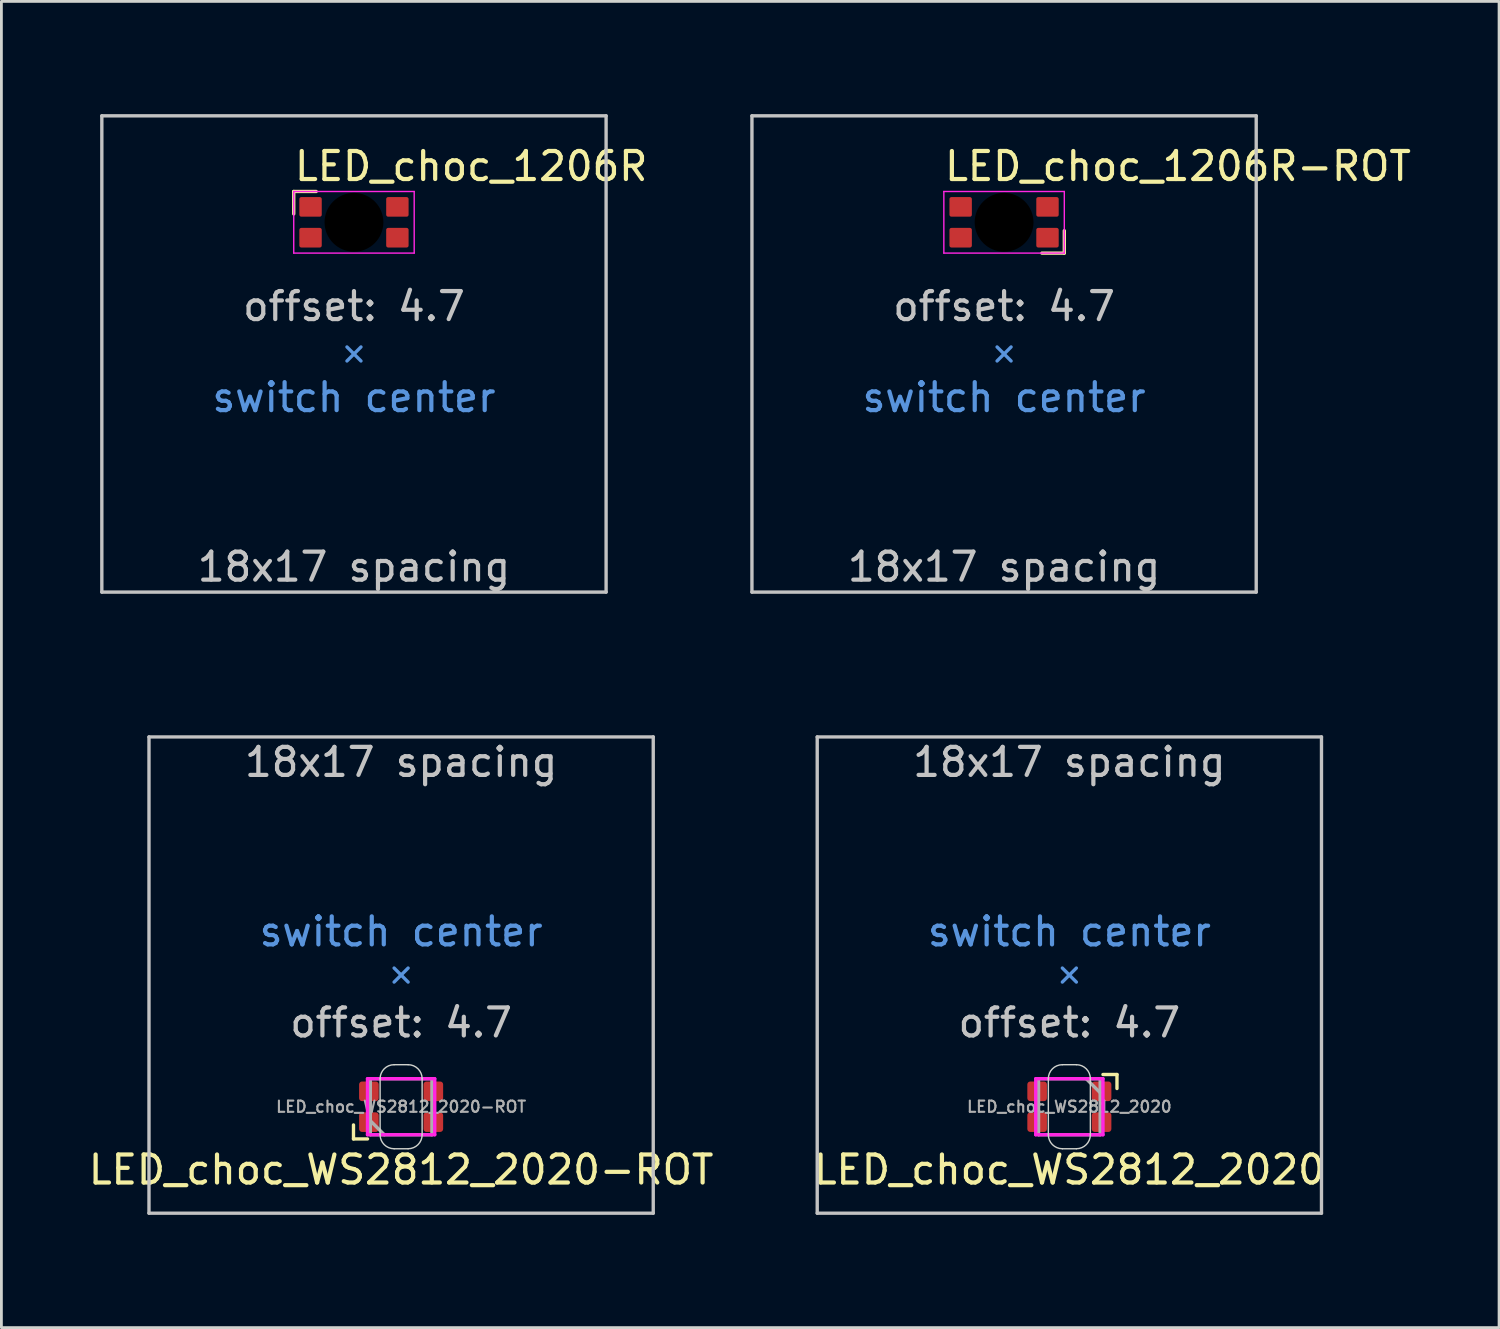
<source format=kicad_pcb>
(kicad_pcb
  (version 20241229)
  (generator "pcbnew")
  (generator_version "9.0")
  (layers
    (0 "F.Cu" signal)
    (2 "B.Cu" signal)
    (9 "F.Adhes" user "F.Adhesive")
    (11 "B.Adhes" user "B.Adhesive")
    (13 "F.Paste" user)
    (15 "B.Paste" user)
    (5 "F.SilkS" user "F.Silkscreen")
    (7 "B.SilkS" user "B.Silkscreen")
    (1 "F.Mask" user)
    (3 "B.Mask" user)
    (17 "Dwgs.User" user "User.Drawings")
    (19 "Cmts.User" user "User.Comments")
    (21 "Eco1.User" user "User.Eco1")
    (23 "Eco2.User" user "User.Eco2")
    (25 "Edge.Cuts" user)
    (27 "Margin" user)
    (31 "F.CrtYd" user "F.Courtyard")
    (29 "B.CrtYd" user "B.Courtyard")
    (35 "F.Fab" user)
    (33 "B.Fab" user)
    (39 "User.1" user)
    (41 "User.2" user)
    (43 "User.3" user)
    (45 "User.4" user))
  (footprint "LED_choc_1206R"
    (layer "F.Cu")
    (at 9.585 4.885)
    (property "Reference" "LED_choc_1206R" (at -2.2 -2 180) (layer "F.SilkS") (effects (font (size 1 1) (thickness 0.15)) (justify left)))
    (attr smd)
    (fp_line (start -2.15 -1.1) (end -2.15 -0.3) (stroke (width 0.12) (type solid)) (layer "F.SilkS"))
    (fp_line (start -1.35 -1.1) (end -2.15 -1.1) (stroke (width 0.12) (type solid)) (layer "F.SilkS"))
    (fp_line (start -9 -3.8) (end -9 13.2) (stroke (width 0.12) (type solid)) (layer "Dwgs.User"))
    (fp_line (start -9 13.2) (end 9 13.2) (stroke (width 0.12) (type solid)) (layer "Dwgs.User"))
    (fp_line (start 9 -3.8) (end -9 -3.8) (stroke (width 0.12) (type solid)) (layer "Dwgs.User"))
    (fp_line (start 9 13.2) (end 9 -3.8) (stroke (width 0.12) (type solid)) (layer "Dwgs.User"))
    (fp_line (start -0.25 4.45) (end 0 4.7) (stroke (width 0.12) (type solid)) (layer "Cmts.User"))
    (fp_line (start 0 4.7) (end -0.25 4.95) (stroke (width 0.12) (type solid)) (layer "Cmts.User"))
    (fp_line (start 0 4.7) (end 0.25 4.95) (stroke (width 0.12) (type solid)) (layer "Cmts.User"))
    (fp_line (start 0.25 4.45) (end 0 4.7) (stroke (width 0.12) (type solid)) (layer "Cmts.User"))
    (fp_line (start -9.525 -4.825) (end 9.525 -4.825) (stroke (width 0.12) (type solid)) (layer "Eco1.User"))
    (fp_line (start -9.525 14.225) (end -9.525 -4.825) (stroke (width 0.12) (type solid)) (layer "Eco1.User"))
    (fp_line (start 9.525 -4.825) (end 9.525 14.225) (stroke (width 0.12) (type solid)) (layer "Eco1.User"))
    (fp_line (start 9.525 14.225) (end -9.525 14.225) (stroke (width 0.12) (type solid)) (layer "Eco1.User"))
    (fp_line (start -2.15 -1.1) (end 2.15 -1.1) (stroke (width 0.05) (type solid)) (layer "F.CrtYd"))
    (fp_line (start -2.15 1.1) (end -2.15 -1.1) (stroke (width 0.05) (type solid)) (layer "F.CrtYd"))
    (fp_line (start 2.15 -1.1) (end 2.15 1.1) (stroke (width 0.05) (type solid)) (layer "F.CrtYd"))
    (fp_line (start 2.15 1.1) (end -2.15 1.1) (stroke (width 0.05) (type solid)) (layer "F.CrtYd"))
    (fp_text user "18x17 spacing" (at 0 12.3 180) (layer "Dwgs.User") (effects (font (size 1 1) (thickness 0.15))))
    (fp_text user "offset: 4.7" (at 0 3 180) (layer "Dwgs.User") (effects (font (size 1 1) (thickness 0.15))))
    (fp_text user "switch center" (at 0 6.25 180) (layer "Cmts.User") (effects (font (size 1 1) (thickness 0.15))))
    (fp_text user "19.05 spacing" (at 0 13.4 180) (layer "Eco1.User") (effects (font (size 1 1) (thickness 0.15))))
    (pad "" np_thru_hole circle (at 0 0 270) (size 2.1 2.1) (drill 2.1) (layers "*.Mask"))
    (pad "1" smd roundrect (at -1.55 -0.55 270) (size 0.7 0.8) (layers "F.Cu" "F.Mask" "F.Paste") (roundrect_rratio 0.1))
    (pad "2" smd roundrect (at -1.55 0.55 270) (size 0.7 0.8) (layers "F.Cu" "F.Mask" "F.Paste") (roundrect_rratio 0.1))
    (pad "3" smd roundrect (at 1.55 0.55 270) (size 0.7 0.8) (layers "F.Cu" "F.Mask" "F.Paste") (roundrect_rratio 0.1))
    (pad "4" smd roundrect (at 1.55 -0.55 270) (size 0.7 0.8) (layers "F.Cu" "F.Mask" "F.Paste") (roundrect_rratio 0.1)))
  (footprint "LED_choc_WS2812_2020"
    (layer "F.Cu")
    (at 35.121 36.455)
    (property "Reference" "LED_choc_WS2812_2020" (at 0 2.25 0) (layer "F.SilkS") (effects (font (size 1 1) (thickness 0.15))))
    (attr smd exclude_from_pos_files exclude_from_bom)
    (fp_line (start 1.7 -1.15) (end 1.2 -1.15) (stroke (width 0.12) (type solid)) (layer "F.SilkS"))
    (fp_line (start 1.7 -0.65) (end 1.7 -1.15) (stroke (width 0.12) (type solid)) (layer "F.SilkS"))
    (fp_line (start -9 -13.2) (end 9 -13.2) (stroke (width 0.12) (type solid)) (layer "Dwgs.User"))
    (fp_line (start -9 3.8) (end -9 -13.2) (stroke (width 0.12) (type solid)) (layer "Dwgs.User"))
    (fp_line (start 9 -13.2) (end 9 3.8) (stroke (width 0.12) (type solid)) (layer "Dwgs.User"))
    (fp_line (start 9 3.8) (end -9 3.8) (stroke (width 0.12) (type solid)) (layer "Dwgs.User"))
    (fp_line (start -0.25 -4.45) (end 0 -4.7) (stroke (width 0.12) (type solid)) (layer "Cmts.User"))
    (fp_line (start 0 -4.7) (end -0.25 -4.95) (stroke (width 0.12) (type solid)) (layer "Cmts.User"))
    (fp_line (start 0 -4.7) (end 0.25 -4.95) (stroke (width 0.12) (type solid)) (layer "Cmts.User"))
    (fp_line (start 0.25 -4.45) (end 0 -4.7) (stroke (width 0.12) (type solid)) (layer "Cmts.User"))
    (fp_line (start -9.525 -14.225) (end -9.525 4.825) (stroke (width 0.12) (type solid)) (layer "Eco1.User"))
    (fp_line (start -9.525 4.825) (end 9.525 4.825) (stroke (width 0.12) (type solid)) (layer "Eco1.User"))
    (fp_line (start 9.525 -14.225) (end -9.525 -14.225) (stroke (width 0.12) (type solid)) (layer "Eco1.User"))
    (fp_line (start 9.525 4.825) (end 9.525 -14.225) (stroke (width 0.12) (type solid)) (layer "Eco1.User"))
    (fp_line (start -0.75 1) (end -0.75 -1) (stroke (width 0.05) (type solid)) (layer "Edge.Cuts"))
    (fp_line (start -0.25 1.5) (end 0.25 1.5) (stroke (width 0.05) (type solid)) (layer "Edge.Cuts"))
    (fp_line (start 0.25 -1.5) (end -0.25 -1.5) (stroke (width 0.05) (type solid)) (layer "Edge.Cuts"))
    (fp_line (start 0.75 -1) (end 0.75 1) (stroke (width 0.05) (type solid)) (layer "Edge.Cuts"))
    (fp_arc (start -0.75 -1) (mid -0.603554 -1.353553) (end -0.250001 -1.500001) (stroke (width 0.05) (type solid)) (layer "Edge.Cuts"))
    (fp_arc (start -0.250001 1.499999) (mid -0.603553 1.353552) (end -0.75 1) (stroke (width 0.05) (type solid)) (layer "Edge.Cuts"))
    (fp_arc (start 0.250001 -1.499999) (mid 0.603554 -1.353553) (end 0.75 -1) (stroke (width 0.05) (type solid)) (layer "Edge.Cuts"))
    (fp_arc (start 0.75 1) (mid 0.603554 1.353554) (end 0.250001 1.500001) (stroke (width 0.05) (type solid)) (layer "Edge.Cuts"))
    (fp_line (start -1.2 -1) (end -1.2 1) (stroke (width 0.12) (type solid)) (layer "F.CrtYd"))
    (fp_line (start -1.2 1) (end 1.2 1) (stroke (width 0.12) (type solid)) (layer "F.CrtYd"))
    (fp_line (start 1.2 -1) (end -1.2 -1) (stroke (width 0.12) (type solid)) (layer "F.CrtYd"))
    (fp_line (start 1.2 1) (end 1.2 -1) (stroke (width 0.12) (type solid)) (layer "F.CrtYd"))
    (fp_line (start -1.1 -1) (end -1.1 1) (stroke (width 0.12) (type solid)) (layer "F.Fab"))
    (fp_line (start -1.1 1) (end 1.1 1) (stroke (width 0.12) (type solid)) (layer "F.Fab"))
    (fp_line (start 1.1 -1) (end -1.1 -1) (stroke (width 0.12) (type solid)) (layer "F.Fab"))
    (fp_line (start 1.1 -0.5) (end 0.6 -1) (stroke (width 0.12) (type default)) (layer "F.Fab"))
    (fp_line (start 1.1 1) (end 1.1 -1) (stroke (width 0.12) (type solid)) (layer "F.Fab"))
    (fp_text user "offset: 4.7" (at 0 -3 0) (layer "Dwgs.User") (effects (font (size 1 1) (thickness 0.15))))
    (fp_text user "18x17 spacing" (at 0 -12.3 0) (layer "Dwgs.User") (effects (font (size 1 1) (thickness 0.15))))
    (fp_text user "switch center" (at 0 -6.25 0) (layer "Cmts.User") (effects (font (size 1 1) (thickness 0.15))))
    (fp_text user "19.05 spacing" (at 0 -13.4 0) (layer "Eco1.User") (effects (font (size 1 1) (thickness 0.15))))
    (fp_text user "${REFERENCE}" (at 0 0 0) (layer "F.Fab") (effects (font (size 0.4 0.4) (thickness 0.075) (bold yes))))
    (pad "1" smd roundrect (at 1.15 -0.55) (size 0.7 0.7) (layers "F.Cu" "F.Mask" "F.Paste") (roundrect_rratio 0.15))
    (pad "2" smd roundrect (at 1.15 0.55) (size 0.7 0.7) (layers "F.Cu" "F.Mask" "F.Paste") (roundrect_rratio 0.15))
    (pad "3" smd roundrect (at -1.15 0.55) (size 0.7 0.7) (layers "F.Cu" "F.Mask" "F.Paste") (roundrect_rratio 0.15))
    (pad "4" smd roundrect (at -1.15 -0.55) (size 0.7 0.7) (layers "F.Cu" "F.Mask" "F.Paste") (roundrect_rratio 0.15)))
  (footprint "LED_choc_1206R-ROT"
    (layer "F.Cu")
    (at 32.791 4.885)
    (property "Reference" "LED_choc_1206R-ROT" (at -2.2 -2 180) (layer "F.SilkS") (effects (font (size 1 1) (thickness 0.15)) (justify left)))
    (attr smd)
    (fp_line (start 1.35 1.1) (end 2.15 1.1) (stroke (width 0.12) (type solid)) (layer "F.SilkS"))
    (fp_line (start 2.15 1.1) (end 2.15 0.3) (stroke (width 0.12) (type solid)) (layer "F.SilkS"))
    (fp_line (start -9 -3.8) (end -9 13.2) (stroke (width 0.12) (type solid)) (layer "Dwgs.User"))
    (fp_line (start -9 13.2) (end 9 13.2) (stroke (width 0.12) (type solid)) (layer "Dwgs.User"))
    (fp_line (start 9 -3.8) (end -9 -3.8) (stroke (width 0.12) (type solid)) (layer "Dwgs.User"))
    (fp_line (start 9 13.2) (end 9 -3.8) (stroke (width 0.12) (type solid)) (layer "Dwgs.User"))
    (fp_line (start -0.25 4.45) (end 0 4.7) (stroke (width 0.12) (type solid)) (layer "Cmts.User"))
    (fp_line (start 0 4.7) (end -0.25 4.95) (stroke (width 0.12) (type solid)) (layer "Cmts.User"))
    (fp_line (start 0 4.7) (end 0.25 4.95) (stroke (width 0.12) (type solid)) (layer "Cmts.User"))
    (fp_line (start 0.25 4.45) (end 0 4.7) (stroke (width 0.12) (type solid)) (layer "Cmts.User"))
    (fp_line (start -9.525 -4.825) (end 9.525 -4.825) (stroke (width 0.12) (type solid)) (layer "Eco1.User"))
    (fp_line (start -9.525 14.225) (end -9.525 -4.825) (stroke (width 0.12) (type solid)) (layer "Eco1.User"))
    (fp_line (start 9.525 -4.825) (end 9.525 14.225) (stroke (width 0.12) (type solid)) (layer "Eco1.User"))
    (fp_line (start 9.525 14.225) (end -9.525 14.225) (stroke (width 0.12) (type solid)) (layer "Eco1.User"))
    (fp_line (start -2.15 -1.1) (end 2.15 -1.1) (stroke (width 0.05) (type solid)) (layer "F.CrtYd"))
    (fp_line (start -2.15 1.1) (end -2.15 -1.1) (stroke (width 0.05) (type solid)) (layer "F.CrtYd"))
    (fp_line (start 2.15 -1.1) (end 2.15 1.1) (stroke (width 0.05) (type solid)) (layer "F.CrtYd"))
    (fp_line (start 2.15 1.1) (end -2.15 1.1) (stroke (width 0.05) (type solid)) (layer "F.CrtYd"))
    (fp_text user "18x17 spacing" (at 0 12.3 180) (layer "Dwgs.User") (effects (font (size 1 1) (thickness 0.15))))
    (fp_text user "offset: 4.7" (at 0 3 180) (layer "Dwgs.User") (effects (font (size 1 1) (thickness 0.15))))
    (fp_text user "switch center" (at 0 6.25 180) (layer "Cmts.User") (effects (font (size 1 1) (thickness 0.15))))
    (fp_text user "19.05 spacing" (at 0 13.4 180) (layer "Eco1.User") (effects (font (size 1 1) (thickness 0.15))))
    (pad "" np_thru_hole circle (at 0 0 90) (size 2.1 2.1) (drill 2.1) (layers "*.Mask"))
    (pad "1" smd roundrect (at 1.55 0.55 90) (size 0.7 0.8) (layers "F.Cu" "F.Mask" "F.Paste") (roundrect_rratio 0.1))
    (pad "2" smd roundrect (at 1.55 -0.55 90) (size 0.7 0.8) (layers "F.Cu" "F.Mask" "F.Paste") (roundrect_rratio 0.1))
    (pad "3" smd roundrect (at -1.55 -0.55 90) (size 0.7 0.8) (layers "F.Cu" "F.Mask" "F.Paste") (roundrect_rratio 0.1))
    (pad "4" smd roundrect (at -1.55 0.55 90) (size 0.7 0.8) (layers "F.Cu" "F.Mask" "F.Paste") (roundrect_rratio 0.1)))
  (footprint "LED_choc_WS2812_2020-ROT"
    (layer "F.Cu")
    (at 11.268 36.455)
    (property "Reference" "LED_choc_WS2812_2020-ROT" (at 0 2.25 0) (layer "F.SilkS") (effects (font (size 1 1) (thickness 0.15))))
    (attr smd exclude_from_pos_files exclude_from_bom)
    (fp_line (start -1.7 0.65) (end -1.7 1.15) (stroke (width 0.12) (type solid)) (layer "F.SilkS"))
    (fp_line (start -1.7 1.15) (end -1.2 1.15) (stroke (width 0.12) (type solid)) (layer "F.SilkS"))
    (fp_line (start -9 -13.2) (end 9 -13.2) (stroke (width 0.12) (type solid)) (layer "Dwgs.User"))
    (fp_line (start -9 3.8) (end -9 -13.2) (stroke (width 0.12) (type solid)) (layer "Dwgs.User"))
    (fp_line (start 9 -13.2) (end 9 3.8) (stroke (width 0.12) (type solid)) (layer "Dwgs.User"))
    (fp_line (start 9 3.8) (end -9 3.8) (stroke (width 0.12) (type solid)) (layer "Dwgs.User"))
    (fp_line (start -0.25 -4.45) (end 0 -4.7) (stroke (width 0.12) (type solid)) (layer "Cmts.User"))
    (fp_line (start 0 -4.7) (end -0.25 -4.95) (stroke (width 0.12) (type solid)) (layer "Cmts.User"))
    (fp_line (start 0 -4.7) (end 0.25 -4.95) (stroke (width 0.12) (type solid)) (layer "Cmts.User"))
    (fp_line (start 0.25 -4.45) (end 0 -4.7) (stroke (width 0.12) (type solid)) (layer "Cmts.User"))
    (fp_line (start -9.525 -14.225) (end -9.525 4.825) (stroke (width 0.12) (type solid)) (layer "Eco1.User"))
    (fp_line (start -9.525 4.825) (end 9.525 4.825) (stroke (width 0.12) (type solid)) (layer "Eco1.User"))
    (fp_line (start 9.525 -14.225) (end -9.525 -14.225) (stroke (width 0.12) (type solid)) (layer "Eco1.User"))
    (fp_line (start 9.525 4.825) (end 9.525 -14.225) (stroke (width 0.12) (type solid)) (layer "Eco1.User"))
    (fp_line (start -0.75 1) (end -0.75 -1) (stroke (width 0.05) (type solid)) (layer "Edge.Cuts"))
    (fp_line (start -0.25 1.5) (end 0.25 1.5) (stroke (width 0.05) (type solid)) (layer "Edge.Cuts"))
    (fp_line (start 0.25 -1.5) (end -0.25 -1.5) (stroke (width 0.05) (type solid)) (layer "Edge.Cuts"))
    (fp_line (start 0.75 -1) (end 0.75 1) (stroke (width 0.05) (type solid)) (layer "Edge.Cuts"))
    (fp_arc (start -0.75 -1) (mid -0.603554 -1.353553) (end -0.250001 -1.500001) (stroke (width 0.05) (type solid)) (layer "Edge.Cuts"))
    (fp_arc (start -0.250001 1.499999) (mid -0.603553 1.353552) (end -0.75 1) (stroke (width 0.05) (type solid)) (layer "Edge.Cuts"))
    (fp_arc (start 0.250001 -1.499999) (mid 0.603554 -1.353553) (end 0.75 -1) (stroke (width 0.05) (type solid)) (layer "Edge.Cuts"))
    (fp_arc (start 0.75 1) (mid 0.603554 1.353554) (end 0.250001 1.500001) (stroke (width 0.05) (type solid)) (layer "Edge.Cuts"))
    (fp_line (start -1.2 -1) (end -1.2 1) (stroke (width 0.12) (type solid)) (layer "F.CrtYd"))
    (fp_line (start -1.2 1) (end 1.2 1) (stroke (width 0.12) (type solid)) (layer "F.CrtYd"))
    (fp_line (start 1.2 -1) (end -1.2 -1) (stroke (width 0.12) (type solid)) (layer "F.CrtYd"))
    (fp_line (start 1.2 1) (end 1.2 -1) (stroke (width 0.12) (type solid)) (layer "F.CrtYd"))
    (fp_line (start -1.1 -1) (end -1.1 1) (stroke (width 0.12) (type solid)) (layer "F.Fab"))
    (fp_line (start -1.1 0.5) (end -0.6 1) (stroke (width 0.12) (type default)) (layer "F.Fab"))
    (fp_line (start -1.1 1) (end 1.1 1) (stroke (width 0.12) (type solid)) (layer "F.Fab"))
    (fp_line (start 1.1 -1) (end -1.1 -1) (stroke (width 0.12) (type solid)) (layer "F.Fab"))
    (fp_line (start 1.1 1) (end 1.1 -1) (stroke (width 0.12) (type solid)) (layer "F.Fab"))
    (fp_text user "18x17 spacing" (at 0 -12.3 0) (layer "Dwgs.User") (effects (font (size 1 1) (thickness 0.15))))
    (fp_text user "offset: 4.7" (at 0 -3 0) (layer "Dwgs.User") (effects (font (size 1 1) (thickness 0.15))))
    (fp_text user "switch center" (at 0 -6.25 0) (layer "Cmts.User") (effects (font (size 1 1) (thickness 0.15))))
    (fp_text user "19.05 spacing" (at 0 -13.4 0) (layer "Eco1.User") (effects (font (size 1 1) (thickness 0.15))))
    (fp_text user "${REFERENCE}" (at 0 0 180) (layer "F.Fab") (effects (font (size 0.4 0.4) (thickness 0.075) (bold yes))))
    (pad "1" smd roundrect (at -1.15 0.55 180) (size 0.7 0.7) (layers "F.Cu" "F.Mask" "F.Paste") (roundrect_rratio 0.15))
    (pad "2" smd roundrect (at -1.15 -0.55 180) (size 0.7 0.7) (layers "F.Cu" "F.Mask" "F.Paste") (roundrect_rratio 0.15))
    (pad "3" smd roundrect (at 1.15 -0.55 180) (size 0.7 0.7) (layers "F.Cu" "F.Mask" "F.Paste") (roundrect_rratio 0.15))
    (pad "4" smd roundrect (at 1.15 0.55 180) (size 0.7 0.7) (layers "F.Cu" "F.Mask" "F.Paste") (roundrect_rratio 0.15)))
  (gr_rect
    (start -3 -3)
    (end 50.46 44.34)
    (stroke (width 0.1) (type default))
    (fill no)
    (layer "Edge.Cuts")))
</source>
